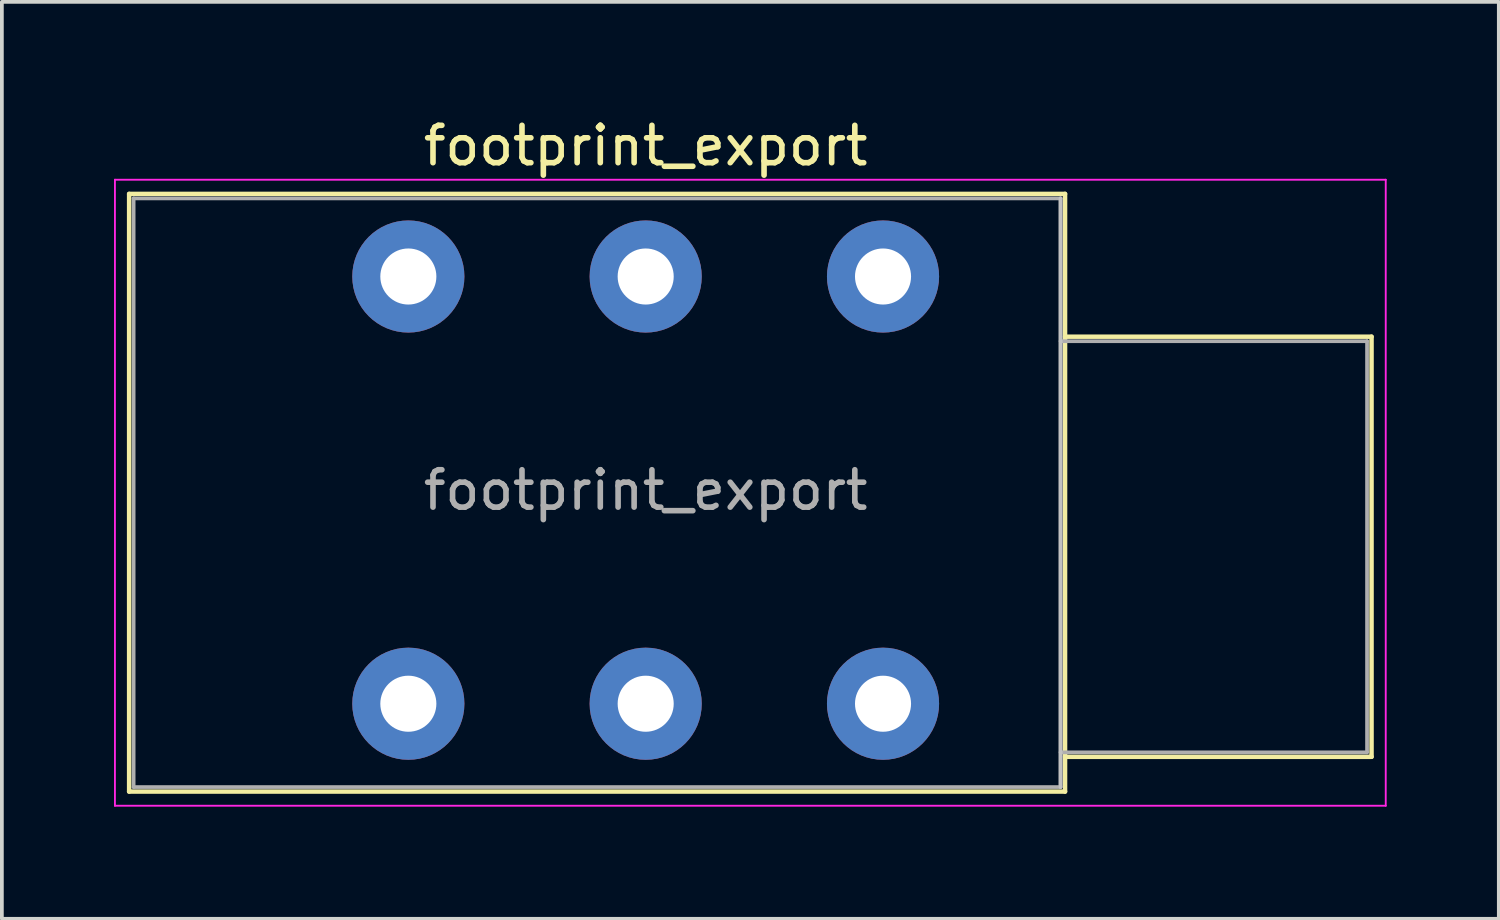
<source format=kicad_pcb>
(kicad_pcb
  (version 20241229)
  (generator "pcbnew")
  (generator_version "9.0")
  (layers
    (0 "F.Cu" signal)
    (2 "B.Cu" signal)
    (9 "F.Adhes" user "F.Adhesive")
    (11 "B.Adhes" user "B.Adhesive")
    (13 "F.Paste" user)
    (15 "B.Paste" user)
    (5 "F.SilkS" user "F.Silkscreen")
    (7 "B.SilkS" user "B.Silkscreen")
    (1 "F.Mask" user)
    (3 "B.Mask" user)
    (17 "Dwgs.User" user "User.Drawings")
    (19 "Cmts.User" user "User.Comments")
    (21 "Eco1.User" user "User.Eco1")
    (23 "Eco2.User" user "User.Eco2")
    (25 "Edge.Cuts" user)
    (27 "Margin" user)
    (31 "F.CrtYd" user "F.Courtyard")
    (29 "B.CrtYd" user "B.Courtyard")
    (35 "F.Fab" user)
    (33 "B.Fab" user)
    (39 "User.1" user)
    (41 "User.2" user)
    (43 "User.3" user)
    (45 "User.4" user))
  (footprint "footprint_export"
    (layer "F.Cu")
    (at 7.875 4.348)
    (property "Reference" "footprint_export" (at 6.35 -3.5 0) (layer "F.SilkS") (effects (font (size 1 1) (thickness 0.15))))
    (attr through_hole)
    (fp_line (start -7.47 -2.21) (end 17.57 -2.21) (stroke (width 0.12) (type solid)) (layer "F.SilkS"))
    (fp_line (start -7.47 13.78) (end -7.47 -2.21) (stroke (width 0.12) (type solid)) (layer "F.SilkS"))
    (fp_line (start -7.47 13.78) (end 17.57 13.78) (stroke (width 0.12) (type solid)) (layer "F.SilkS"))
    (fp_line (start 17.57 -2.21) (end 17.57 13.78) (stroke (width 0.12) (type solid)) (layer "F.SilkS"))
    (fp_line (start 25.77 1.61) (end 17.57 1.61) (stroke (width 0.12) (type solid)) (layer "F.SilkS"))
    (fp_line (start 25.77 12.85) (end 17.57 12.85) (stroke (width 0.12) (type solid)) (layer "F.SilkS"))
    (fp_line (start 25.77 12.85) (end 25.77 1.61) (stroke (width 0.12) (type solid)) (layer "F.SilkS"))
    (fp_line (start 17.45 -2.09) (end 17.45 13.66) (stroke (width 0.1) (type solid)) (layer "Dwgs.User"))
    (fp_line (start -7.85 14.16) (end -7.85 -2.59) (stroke (width 0.05) (type solid)) (layer "F.CrtYd"))
    (fp_line (start -7.85 14.16) (end 26.15 14.16) (stroke (width 0.05) (type solid)) (layer "F.CrtYd"))
    (fp_line (start 26.15 -2.59) (end -7.85 -2.59) (stroke (width 0.05) (type solid)) (layer "F.CrtYd"))
    (fp_line (start 26.15 14.16) (end 26.15 -2.59) (stroke (width 0.05) (type solid)) (layer "F.CrtYd"))
    (fp_line (start -7.35 -2.09) (end 17.45 -2.09) (stroke (width 0.1) (type solid)) (layer "F.Fab"))
    (fp_line (start -7.35 13.66) (end -7.35 -2.09) (stroke (width 0.1) (type solid)) (layer "F.Fab"))
    (fp_line (start 17.45 -2.09) (end 17.45 13.66) (stroke (width 0.1) (type solid)) (layer "F.Fab"))
    (fp_line (start 17.45 12.73) (end 25.65 12.73) (stroke (width 0.1) (type solid)) (layer "F.Fab"))
    (fp_line (start 17.45 13.66) (end -7.35 13.66) (stroke (width 0.1) (type solid)) (layer "F.Fab"))
    (fp_line (start 25.65 1.73) (end 17.45 1.73) (stroke (width 0.1) (type solid)) (layer "F.Fab"))
    (fp_line (start 25.65 12.73) (end 25.65 1.73) (stroke (width 0.1) (type solid)) (layer "F.Fab"))
    (fp_text user "${REFERENCE}" (at 6.35 5.715 0) (layer "F.Fab") (effects (font (size 1 1) (thickness 0.15))))
    (pad "R" thru_hole circle (at 6.35 0) (size 3 3) (drill 1.5) (layers "*.Cu" "*.Mask"))
    (pad "RN" thru_hole circle (at 6.35 11.43) (size 3 3) (drill 1.5) (layers "*.Cu" "*.Mask"))
    (pad "S" thru_hole circle (at 12.7 0) (size 3 3) (drill 1.5) (layers "*.Cu" "*.Mask"))
    (pad "SN" thru_hole circle (at 12.7 11.43) (size 3 3) (drill 1.5) (layers "*.Cu" "*.Mask"))
    (pad "T" thru_hole circle (at 0 0) (size 3 3) (drill 1.5) (layers "*.Cu" "*.Mask"))
    (pad "TN" thru_hole circle (at 0 11.43) (size 3 3) (drill 1.5) (layers "*.Cu" "*.Mask")))
  (gr_rect
    (start -3 -3)
    (end 37.05 21.533)
    (stroke (width 0.1) (type default))
    (fill no)
    (layer "Edge.Cuts")))
</source>
